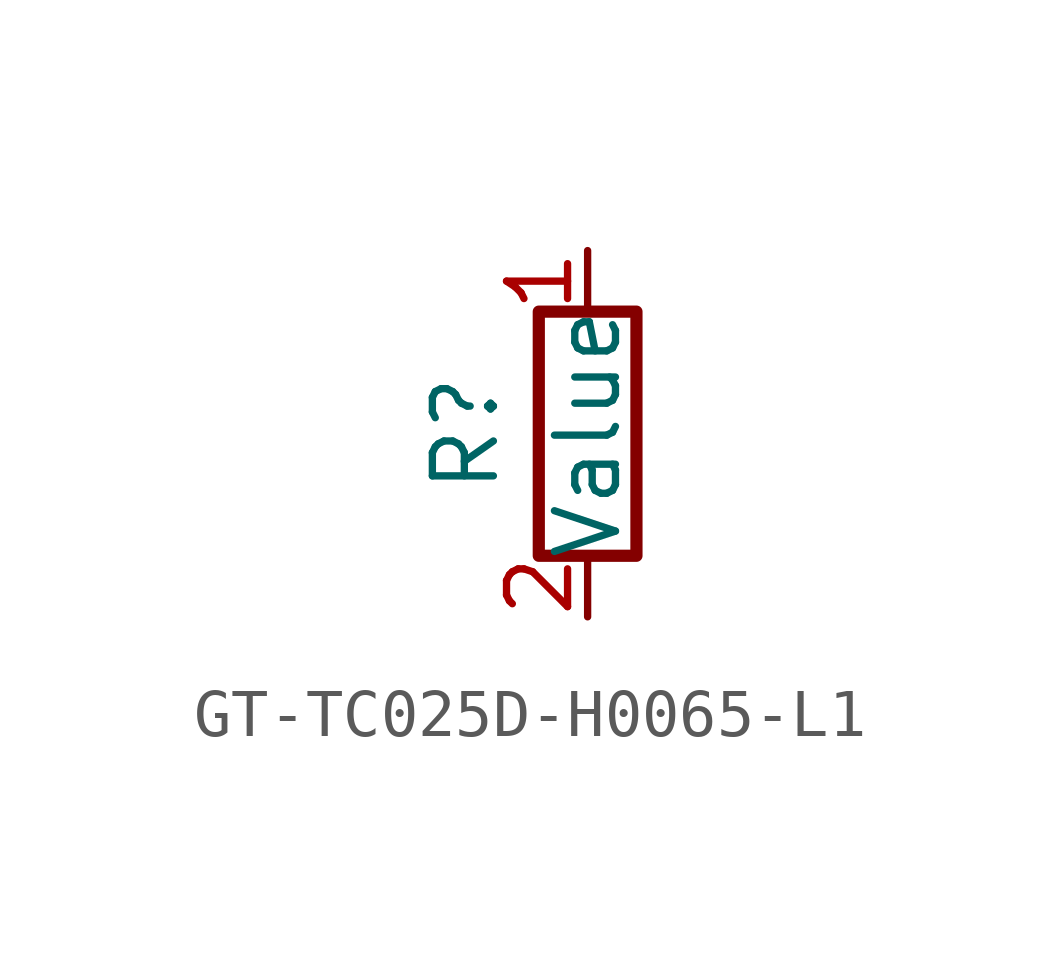
<source format=kicad_sym>
(kicad_symbol_lib
  (version 20211014)
  (generator None)
  (symbol "GT-TC025D-H0065-L1"
    (property "Reference" "R"
      (at -2.54 0 90)
      (effects (font (size 1.27 1.27))))
    (property "Value" "Value"
      (at 0 0 90)
      (effects (font (size 1.27 1.27))))
    (symbol "GT-TC025D-H0065-L1_0_1"
      (rectangle (start -1.016 -2.54) (end 1.016 2.54) (stroke (width 0.254) (type default)) (fill (type none))))
    (symbol "GT-TC025D-H0065-L1_1_1"
      (pin passive line (at 0 3.81 270) (length 1.27) (name "~" (effects (font (size 1.27 1.27)))) (number "1" (effects (font (size 1.27 1.27)))))
      (pin passive line (at 0 -3.81 90) (length 1.27) (name "~" (effects (font (size 1.27 1.27)))) (number "2" (effects (font (size 1.27 1.27))))))))
</source>
